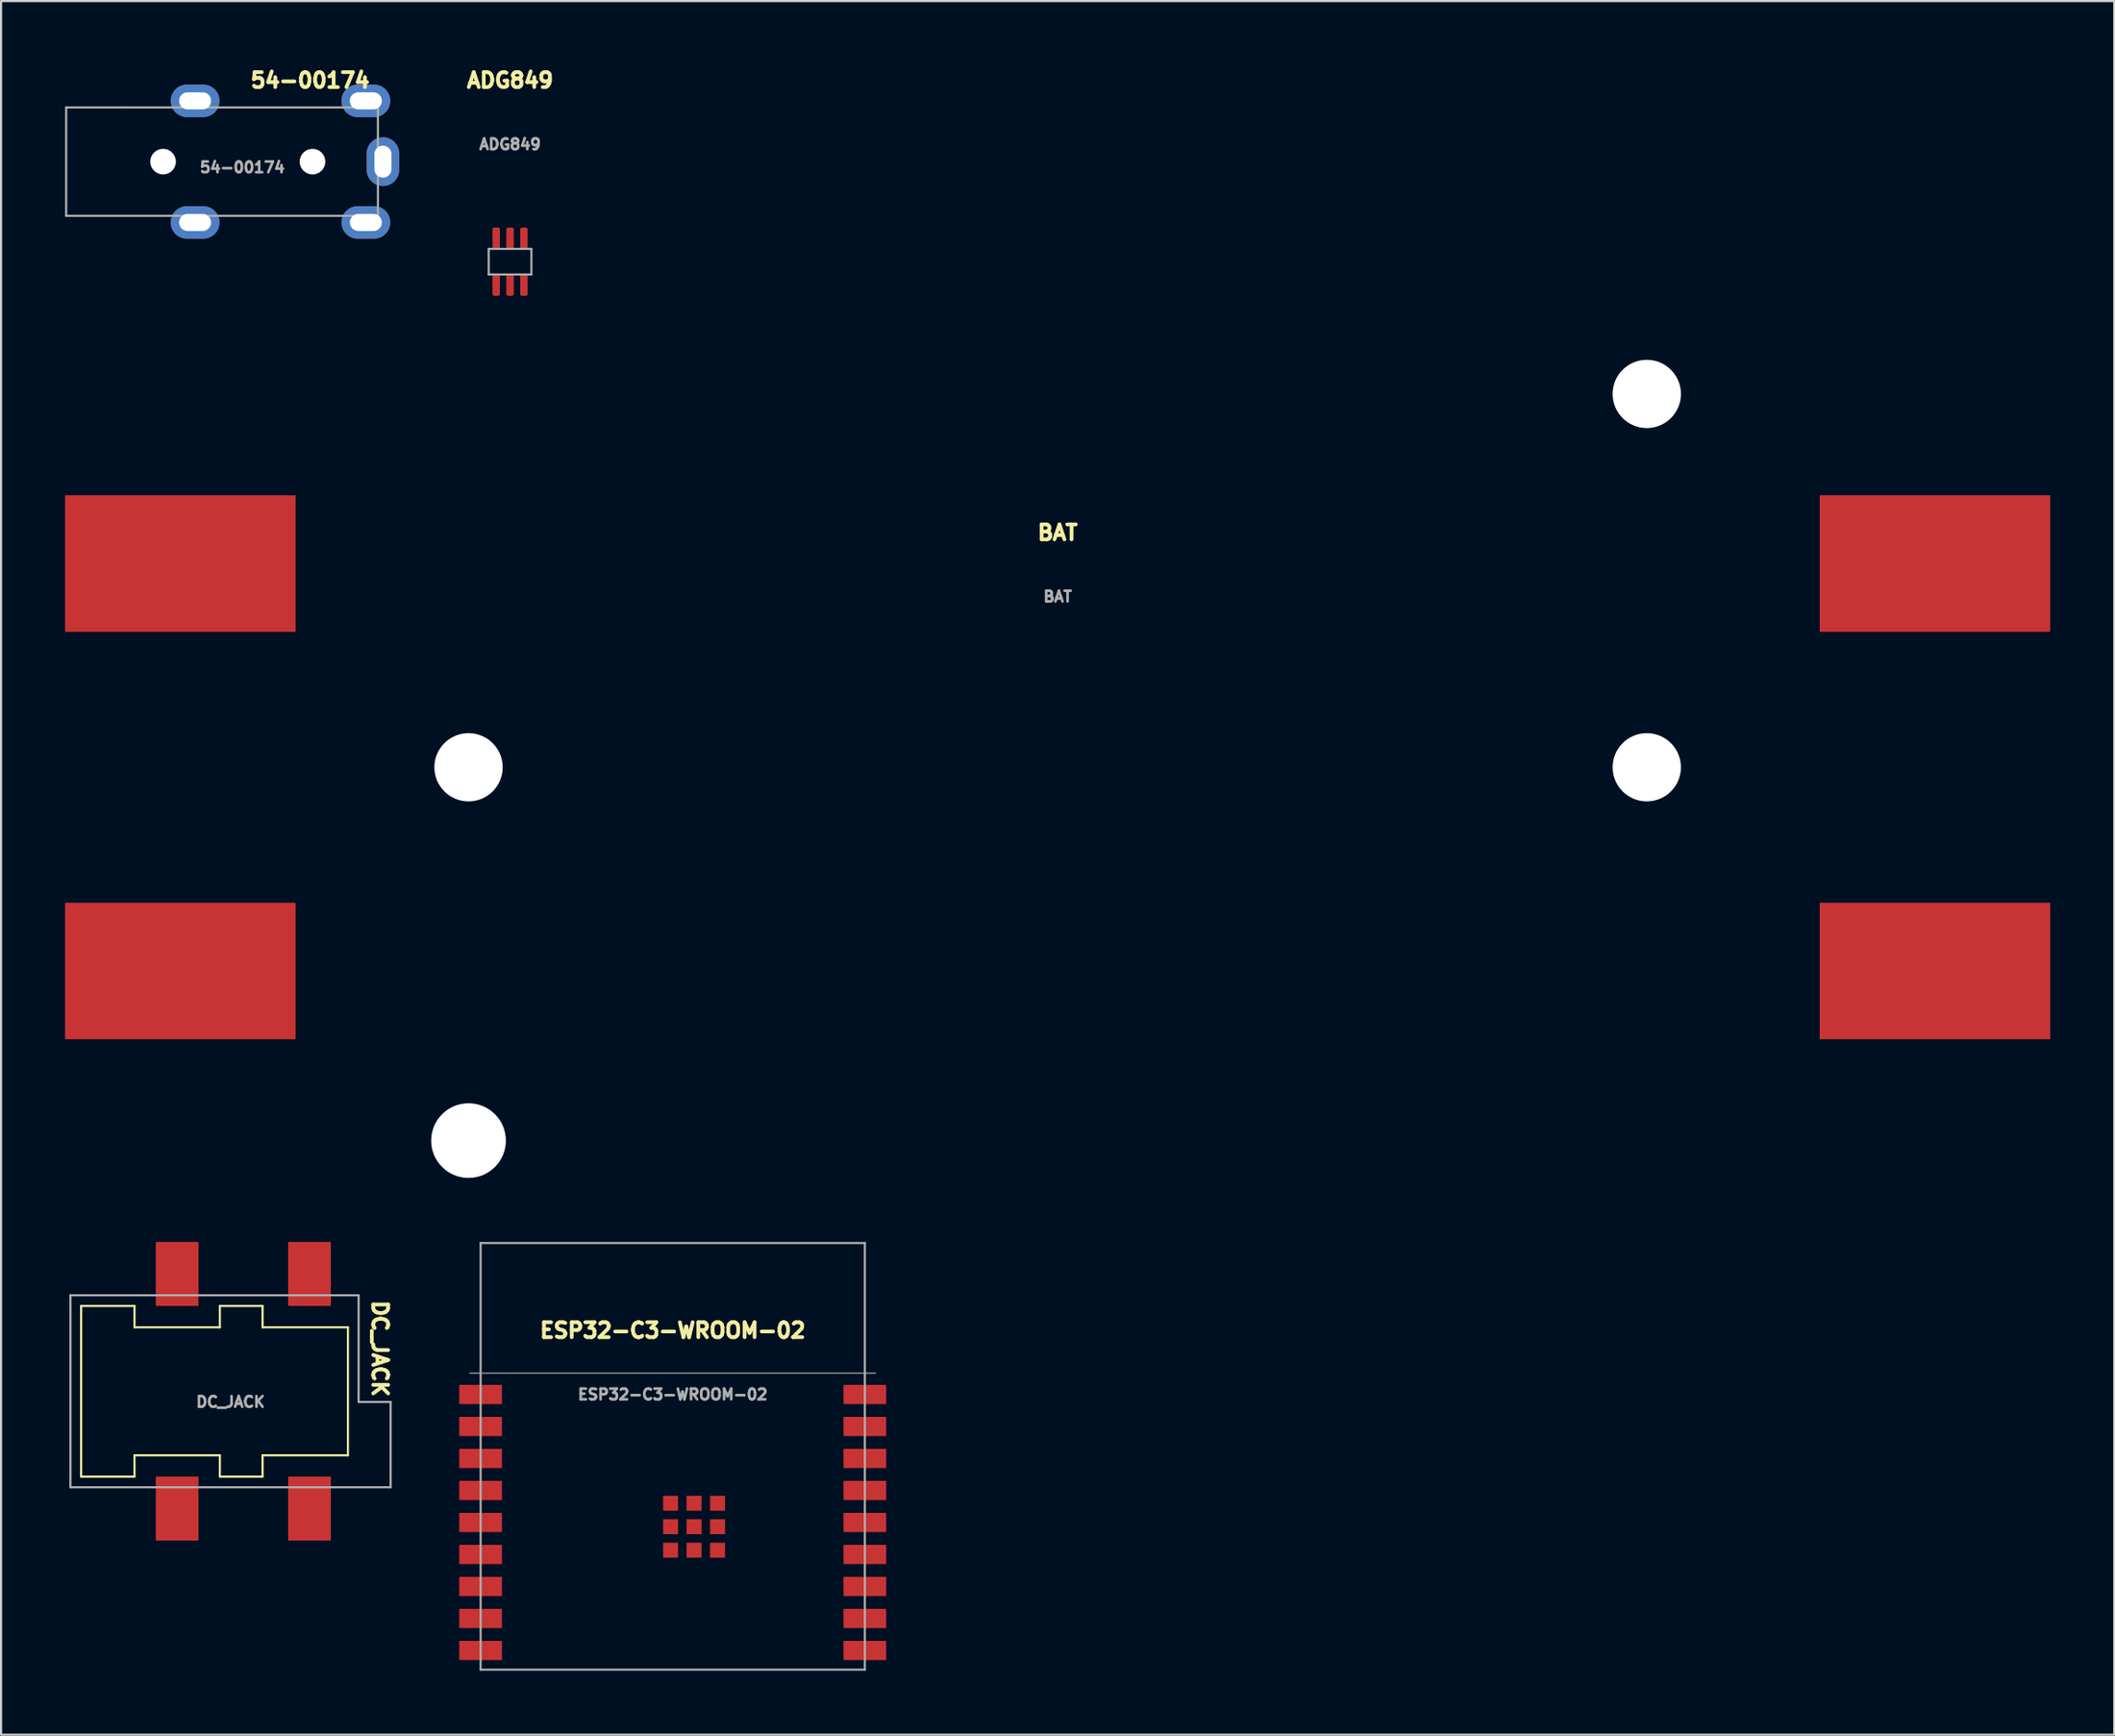
<source format=kicad_pcb>
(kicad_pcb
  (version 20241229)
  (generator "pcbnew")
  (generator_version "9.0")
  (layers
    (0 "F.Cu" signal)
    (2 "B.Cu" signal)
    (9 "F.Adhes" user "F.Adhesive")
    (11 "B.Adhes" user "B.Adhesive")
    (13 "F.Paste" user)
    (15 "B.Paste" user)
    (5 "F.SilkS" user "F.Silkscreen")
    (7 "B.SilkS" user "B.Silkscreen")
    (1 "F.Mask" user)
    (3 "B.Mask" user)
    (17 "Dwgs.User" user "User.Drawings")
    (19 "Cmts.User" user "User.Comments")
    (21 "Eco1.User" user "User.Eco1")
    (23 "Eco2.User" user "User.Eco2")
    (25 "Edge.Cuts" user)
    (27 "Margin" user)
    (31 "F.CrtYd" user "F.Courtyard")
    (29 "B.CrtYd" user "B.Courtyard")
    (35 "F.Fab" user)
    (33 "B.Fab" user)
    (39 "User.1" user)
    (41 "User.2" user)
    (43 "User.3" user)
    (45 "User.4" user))
  (footprint "54-00174"
    (layer "F.Cu")
    (at 2.59 4.527)
    (property "Reference" "54-00174" (at 8.89 -3.81 0) (unlocked yes) (layer "F.SilkS") (effects (font (size 0.7 0.7) (thickness 0.175) (bold yes))))
    (attr smd)
    (fp_line (start -2.54 -2.54) (end 0 -2.54) (stroke (width 0.1) (type default)) (layer "F.Fab"))
    (fp_line (start -2.54 2.54) (end -2.54 -2.54) (stroke (width 0.1) (type default)) (layer "F.Fab"))
    (fp_line (start 0 -2.54) (end 12.065 -2.54) (stroke (width 0.1) (type default)) (layer "F.Fab"))
    (fp_line (start 12.065 -2.54) (end 12.065 2.54) (stroke (width 0.1) (type default)) (layer "F.Fab"))
    (fp_line (start 12.065 2.54) (end -2.54 2.54) (stroke (width 0.1) (type default)) (layer "F.Fab"))
    (fp_text user "${REFERENCE}" (at 5.715 0.27 0) (unlocked yes) (layer "F.Fab") (effects (font (size 0.5 0.5) (thickness 0.125))))
    (pad "" np_thru_hole circle (at 2 0) (size 1.2 1.2) (drill 1.2) (layers "*.Cu" "*.Mask"))
    (pad "" np_thru_hole circle (at 9 0) (size 1.2 1.2) (drill 1.2) (layers "*.Cu" "*.Mask"))
    (pad "1" thru_hole oval (at 12.3 0 90) (size 2.286 1.524) (drill oval 1.5 0.8) (layers "*.Cu" "*.Mask"))
    (pad "2" thru_hole oval (at 11.5 -2.85) (size 2.286 1.524) (drill oval 1.5 0.8) (layers "*.Cu" "*.Mask"))
    (pad "3" thru_hole oval (at 11.5 2.85) (size 2.286 1.524) (drill oval 1.5 0.8) (layers "*.Cu" "*.Mask"))
    (pad "4" thru_hole oval (at 3.5 -2.85) (size 2.286 1.524) (drill oval 1.5 0.8) (layers "*.Cu" "*.Mask"))
    (pad "4" thru_hole oval (at 3.5 2.85) (size 2.286 1.524) (drill oval 1.5 0.8) (layers "*.Cu" "*.Mask")))
  (footprint "ESP32-C3-WROOM-02"
    (layer "F.Cu")
    (at 28.467 74.317)
    (property "Reference" "ESP32-C3-WROOM-02" (at 0 -15 0) (unlocked yes) (layer "F.SilkS") (effects (font (size 0.7 0.7) (thickness 0.175) (bold yes))))
    (attr smd)
    (fp_line (start -9.5 -13) (end 9.5 -13) (stroke (width 0.05) (type default)) (layer "F.Fab"))
    (fp_line (start -9 -19.1) (end -9 0.9) (stroke (width 0.1) (type default)) (layer "F.Fab"))
    (fp_line (start -9 0.9) (end 9 0.9) (stroke (width 0.1) (type default)) (layer "F.Fab"))
    (fp_line (start 9 -19.1) (end -9 -19.1) (stroke (width 0.1) (type default)) (layer "F.Fab"))
    (fp_line (start 9 0.9) (end 9 -19.1) (stroke (width 0.1) (type default)) (layer "F.Fab"))
    (fp_text user "${REFERENCE}" (at 0 -12 0) (unlocked yes) (layer "F.Fab") (effects (font (size 0.5 0.5) (thickness 0.125))))
    (pad "1" smd rect (at -9 -12) (size 2 0.9) (layers "F.Cu" "F.Mask" "F.Paste"))
    (pad "2" smd rect (at -9 -10.5) (size 2 0.9) (layers "F.Cu" "F.Mask" "F.Paste"))
    (pad "3" smd rect (at -9 -9) (size 2 0.9) (layers "F.Cu" "F.Mask" "F.Paste"))
    (pad "4" smd rect (at -9 -7.5) (size 2 0.9) (layers "F.Cu" "F.Mask" "F.Paste"))
    (pad "5" smd rect (at -9 -6) (size 2 0.9) (layers "F.Cu" "F.Mask" "F.Paste"))
    (pad "6" smd rect (at -9 -4.5) (size 2 0.9) (layers "F.Cu" "F.Mask" "F.Paste"))
    (pad "7" smd rect (at -9 -3) (size 2 0.9) (layers "F.Cu" "F.Mask" "F.Paste"))
    (pad "8" smd rect (at -9 -1.5) (size 2 0.9) (layers "F.Cu" "F.Mask" "F.Paste"))
    (pad "9" smd rect (at -9 0) (size 2 0.9) (layers "F.Cu" "F.Mask" "F.Paste"))
    (pad "10" smd rect (at 9 0) (size 2 0.9) (layers "F.Cu" "F.Mask" "F.Paste"))
    (pad "11" smd rect (at 9 -1.5) (size 2 0.9) (layers "F.Cu" "F.Mask" "F.Paste"))
    (pad "12" smd rect (at 9 -3) (size 2 0.9) (layers "F.Cu" "F.Mask" "F.Paste"))
    (pad "13" smd rect (at 9 -4.5) (size 2 0.9) (layers "F.Cu" "F.Mask" "F.Paste"))
    (pad "14" smd rect (at 9 -6) (size 2 0.9) (layers "F.Cu" "F.Mask" "F.Paste"))
    (pad "15" smd rect (at 9 -7.5) (size 2 0.9) (layers "F.Cu" "F.Mask" "F.Paste"))
    (pad "16" smd rect (at 9 -9) (size 2 0.9) (layers "F.Cu" "F.Mask" "F.Paste"))
    (pad "17" smd rect (at 9 -10.5) (size 2 0.9) (layers "F.Cu" "F.Mask" "F.Paste"))
    (pad "18" smd rect (at 9 -12) (size 2 0.9) (layers "F.Cu" "F.Mask" "F.Paste"))
    (pad "19" smd rect (at -0.1 -6.9) (size 0.7 0.7) (layers "F.Cu" "F.Mask" "F.Paste"))
    (pad "19" smd rect (at -0.1 -5.8) (size 0.7 0.7) (layers "F.Cu" "F.Mask" "F.Paste"))
    (pad "19" smd rect (at -0.1 -4.7) (size 0.7 0.7) (layers "F.Cu" "F.Mask" "F.Paste"))
    (pad "19" smd rect (at 1 -6.9) (size 0.7 0.7) (layers "F.Cu" "F.Mask" "F.Paste"))
    (pad "19" smd rect (at 1 -5.8) (size 0.7 0.7) (layers "F.Cu" "F.Mask" "F.Paste"))
    (pad "19" smd rect (at 1 -4.7) (size 0.7 0.7) (layers "F.Cu" "F.Mask" "F.Paste"))
    (pad "19" smd rect (at 2.1 -6.9) (size 0.7 0.7) (layers "F.Cu" "F.Mask" "F.Paste"))
    (pad "19" smd rect (at 2.1 -5.8) (size 0.7 0.7) (layers "F.Cu" "F.Mask" "F.Paste"))
    (pad "19" smd rect (at 2.1 -4.7) (size 0.7 0.7) (layers "F.Cu" "F.Mask" "F.Paste")))
  (footprint "BAT"
    (layer "F.Cu")
    (at 46.5 32.917)
    (property "Reference" "BAT" (at 0 -11 0) (unlocked yes) (layer "F.SilkS") (effects (font (size 0.7 0.7) (thickness 0.175) (bold yes))))
    (attr smd)
    (fp_text user "${REFERENCE}" (at 0 -8 0) (unlocked yes) (layer "F.Fab") (effects (font (size 0.5 0.5) (thickness 0.125))))
    (pad "" np_thru_hole circle (at -27.6 0) (size 3.2 3.2) (drill 3.2) (layers "*.Cu" "*.Mask"))
    (pad "" np_thru_hole circle (at -27.6 17.5) (size 3.5 3.5) (drill 3.5) (layers "*.Cu" "*.Mask"))
    (pad "" np_thru_hole circle (at 27.6 -17.5) (size 3.2 3.2) (drill 3.2) (layers "*.Cu" "*.Mask"))
    (pad "" np_thru_hole circle (at 27.6 0) (size 3.2 3.2) (drill 3.2) (layers "*.Cu" "*.Mask"))
    (pad "1" smd rect (at -41.1 -9.55) (size 10.8 6.4) (layers "F.Cu" "F.Mask" "F.Paste"))
    (pad "2" smd rect (at 41.1 -9.55) (size 10.8 6.4) (layers "F.Cu" "F.Mask" "F.Paste"))
    (pad "3" smd rect (at -41.1 9.55) (size 10.8 6.4) (layers "F.Cu" "F.Mask" "F.Paste"))
    (pad "4" smd rect (at 41.1 9.55) (size 10.8 6.4) (layers "F.Cu" "F.Mask" "F.Paste")))
  (footprint "ADG849"
    (layer "F.Cu")
    (at 20.845 9.217)
    (property "Reference" "ADG849" (at 0 -8.5 0) (unlocked yes) (layer "F.SilkS") (effects (font (size 0.7 0.7) (thickness 0.175) (bold yes))))
    (attr smd)
    (fp_line (start -1 -0.6) (end -1 0.6) (stroke (width 0.1) (type default)) (layer "F.Fab"))
    (fp_line (start -1 -0.6) (end 1 -0.6) (stroke (width 0.1) (type default)) (layer "F.Fab"))
    (fp_line (start -1 0.6) (end 1 0.6) (stroke (width 0.1) (type default)) (layer "F.Fab"))
    (fp_line (start 1 -0.6) (end 1 0.6) (stroke (width 0.1) (type default)) (layer "F.Fab"))
    (fp_text user "${REFERENCE}" (at 0 -5.5 0) (unlocked yes) (layer "F.Fab") (effects (font (size 0.5 0.5) (thickness 0.125))))
    (pad "1" smd roundrect (at -0.65 1.1) (size 0.35 1) (layers "F.Cu" "F.Mask" "F.Paste") (roundrect_rratio 0.25))
    (pad "2" smd roundrect (at 0 1.1) (size 0.35 1) (layers "F.Cu" "F.Mask" "F.Paste") (roundrect_rratio 0.25))
    (pad "3" smd roundrect (at 0.65 1.1) (size 0.35 1) (layers "F.Cu" "F.Mask" "F.Paste") (roundrect_rratio 0.25))
    (pad "4" smd roundrect (at 0.65 -1.1) (size 0.35 1) (layers "F.Cu" "F.Mask" "F.Paste") (roundrect_rratio 0.25))
    (pad "5" smd roundrect (at 0 -1.1) (size 0.35 1) (layers "F.Cu" "F.Mask" "F.Paste") (roundrect_rratio 0.25))
    (pad "6" smd roundrect (at -0.65 -1.1) (size 0.35 1) (layers "F.Cu" "F.Mask" "F.Paste") (roundrect_rratio 0.25)))
  (footprint "DC_JACK"
    (layer "F.Cu")
    (at 0.25 62.167)
    (property "Reference" "DC_JACK" (at 14.5 -2 270) (unlocked yes) (layer "F.SilkS") (effects (font (size 0.7 0.7) (thickness 0.175) (bold yes))))
    (attr smd)
    (fp_line (start 0.5 -4) (end 0.5 4) (stroke (width 0.1) (type default)) (layer "F.SilkS"))
    (fp_line (start 0.5 4) (end 3 4) (stroke (width 0.1) (type default)) (layer "F.SilkS"))
    (fp_line (start 3 -4) (end 0.5 -4) (stroke (width 0.1) (type default)) (layer "F.SilkS"))
    (fp_line (start 3 -4) (end 3 -3) (stroke (width 0.1) (type default)) (layer "F.SilkS"))
    (fp_line (start 3 -3) (end 7 -3) (stroke (width 0.1) (type default)) (layer "F.SilkS"))
    (fp_line (start 3 3) (end 7 3) (stroke (width 0.1) (type default)) (layer "F.SilkS"))
    (fp_line (start 3 4) (end 3 3) (stroke (width 0.1) (type default)) (layer "F.SilkS"))
    (fp_line (start 7 -4) (end 9 -4) (stroke (width 0.1) (type default)) (layer "F.SilkS"))
    (fp_line (start 7 -3) (end 7 -4) (stroke (width 0.1) (type default)) (layer "F.SilkS"))
    (fp_line (start 7 3) (end 7 4) (stroke (width 0.1) (type default)) (layer "F.SilkS"))
    (fp_line (start 7 4) (end 9 4) (stroke (width 0.1) (type default)) (layer "F.SilkS"))
    (fp_line (start 9 -4) (end 9 -3) (stroke (width 0.1) (type default)) (layer "F.SilkS"))
    (fp_line (start 9 -3) (end 13 -3) (stroke (width 0.1) (type default)) (layer "F.SilkS"))
    (fp_line (start 9 3) (end 13 3) (stroke (width 0.1) (type default)) (layer "F.SilkS"))
    (fp_line (start 9 4) (end 9 3) (stroke (width 0.1) (type default)) (layer "F.SilkS"))
    (fp_line (start 13 3) (end 13 -3) (stroke (width 0.1) (type default)) (layer "F.SilkS"))
    (fp_line (start 0 -4.5) (end 0 4.5) (stroke (width 0.1) (type default)) (layer "F.Fab"))
    (fp_line (start 0 -4.5) (end 13.5 -4.5) (stroke (width 0.1) (type default)) (layer "F.Fab"))
    (fp_line (start 13.5 -4.5) (end 13.5 0.5) (stroke (width 0.1) (type default)) (layer "F.Fab"))
    (fp_line (start 13.5 0.5) (end 15 0.5) (stroke (width 0.1) (type default)) (layer "F.Fab"))
    (fp_line (start 15 0.5) (end 15 4.5) (stroke (width 0.1) (type default)) (layer "F.Fab"))
    (fp_line (start 15 4.5) (end 0 4.5) (stroke (width 0.1) (type default)) (layer "F.Fab"))
    (fp_text user "${REFERENCE}" (at 7.5 0.5 0) (unlocked yes) (layer "F.Fab") (effects (font (size 0.5 0.5) (thickness 0.125))))
    (pad "1" smd rect (at 5 -5.5) (size 2 3) (layers "F.Cu" "F.Mask" "F.Paste"))
    (pad "1" smd rect (at 11.2 -5.5) (size 2 3) (layers "F.Cu" "F.Mask" "F.Paste"))
    (pad "2" smd rect (at 5 5.5) (size 2 3) (layers "F.Cu" "F.Mask" "F.Paste"))
    (pad "3" smd rect (at 11.2 5.5) (size 2 3) (layers "F.Cu" "F.Mask" "F.Paste")))
  (gr_rect
    (start -3 -3)
    (end 96 78.267)
    (stroke (width 0.1) (type default))
    (fill no)
    (layer "Edge.Cuts")))
</source>
